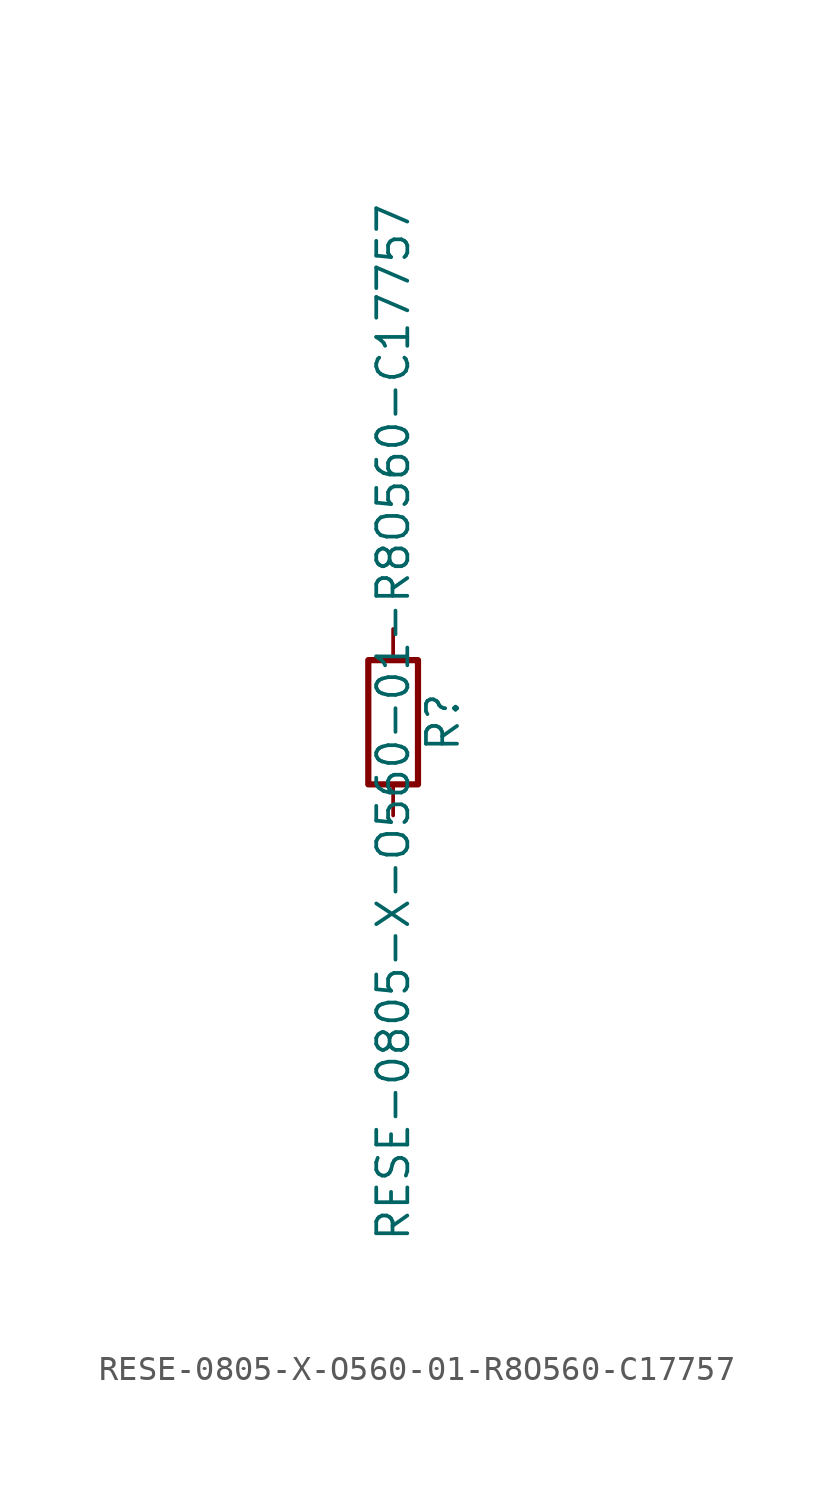
<source format=kicad_sym>
(kicad_symbol_lib
  (version 20211014)
  (generator kicad_symbol_editor)
  (symbol "RESE-0805-X-O560-01-R8O560-C17757"
    (pin_numbers hide)
    (pin_names
      (offset 0))
    (property "Reference" "R"
      (at 2.032 0 90)
      (effects (font (size 1.27 1.27))))
    (property "Value" "RESE-0805-X-O560-01-R8O560-C17757"
      (at 0 0 90)
      (effects (font (size 1.27 1.27))))
    (symbol "RESE-0805-X-O560-01-R8O560-C17757_0_1"
      (rectangle (start -1.016 -2.54) (end 1.016 2.54) (stroke (width 0.254) (type default) (color 0 0 0 0)) (fill (type none))))
    (symbol "RESE-0805-X-O560-01-R8O560-C17757_1_1"
      (pin passive line (at 0 3.81 270) (length 1.27) (name "~" (effects (font (size 1.27 1.27)))) (number "1" (effects (font (size 1.27 1.27)))))
      (pin passive line (at 0 -3.81 90) (length 1.27) (name "~" (effects (font (size 1.27 1.27)))) (number "2" (effects (font (size 1.27 1.27))))))))
</source>
